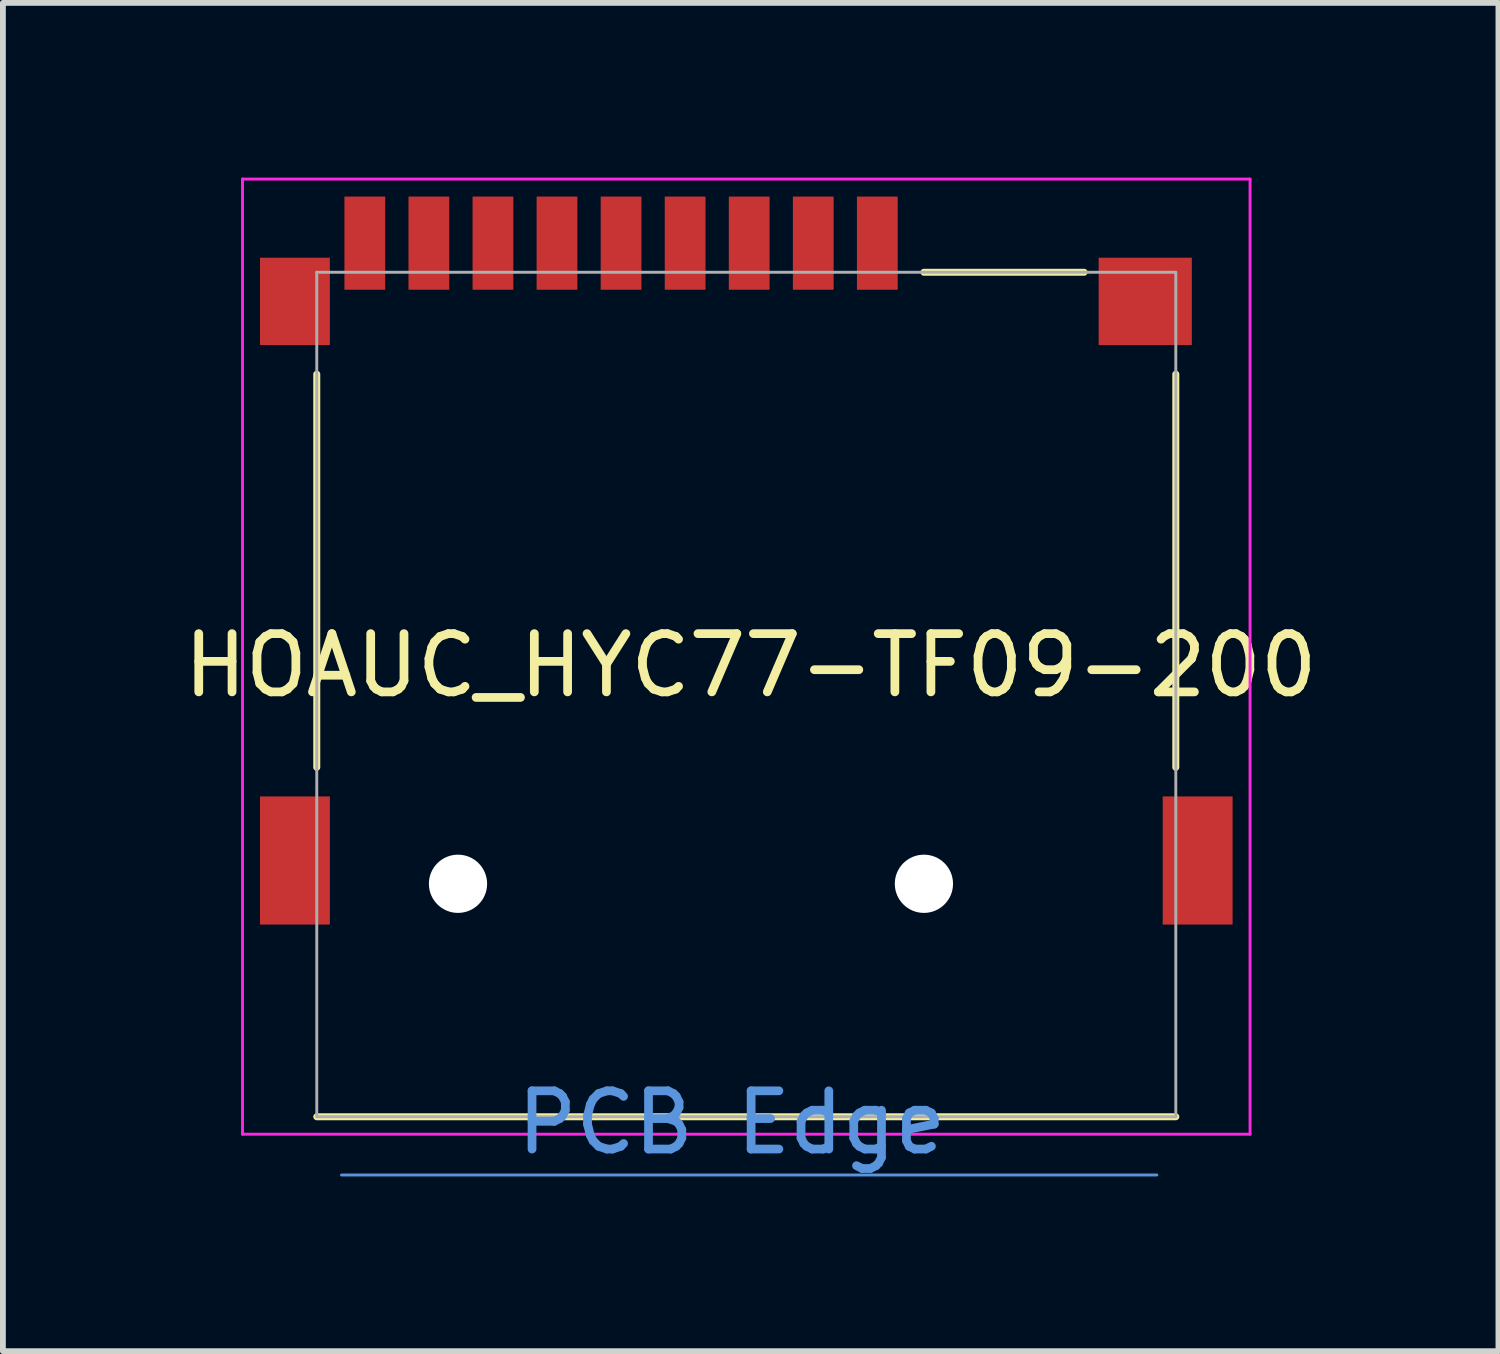
<source format=kicad_pcb>
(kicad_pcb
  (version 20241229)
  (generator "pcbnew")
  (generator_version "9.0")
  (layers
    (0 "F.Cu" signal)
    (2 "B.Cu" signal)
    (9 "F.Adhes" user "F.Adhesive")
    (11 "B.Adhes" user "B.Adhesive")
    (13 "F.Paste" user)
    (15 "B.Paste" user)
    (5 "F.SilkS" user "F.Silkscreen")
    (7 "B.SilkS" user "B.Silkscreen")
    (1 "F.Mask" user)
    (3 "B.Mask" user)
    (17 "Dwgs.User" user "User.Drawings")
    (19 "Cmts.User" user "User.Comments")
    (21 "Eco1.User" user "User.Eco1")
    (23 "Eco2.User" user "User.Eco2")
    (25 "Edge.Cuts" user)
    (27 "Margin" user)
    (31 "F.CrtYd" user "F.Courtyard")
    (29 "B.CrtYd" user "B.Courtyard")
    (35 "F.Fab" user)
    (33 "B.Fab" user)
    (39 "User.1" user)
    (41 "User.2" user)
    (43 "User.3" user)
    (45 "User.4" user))
  (footprint "HOAUC_HYC77-TF09-200"
    (layer "F.Cu")
    (at 4.814 12.125)
    (property "Reference" "HOAUC_HYC77-TF09-200" (at 5.025 -3.75 0) (layer "F.SilkS") (effects (font (size 1 1) (thickness 0.15))))
    (attr smd)
    (fp_line (start -2.425 -2) (end -2.425 -8.75) (stroke (width 0.12) (type solid)) (layer "F.SilkS"))
    (fp_line (start -2.425 4) (end 12.325 4) (stroke (width 0.12) (type solid)) (layer "F.SilkS"))
    (fp_line (start 10.75 -10.5) (end 8 -10.5) (stroke (width 0.12) (type solid)) (layer "F.SilkS"))
    (fp_line (start 12.325 -2) (end 12.325 -8.75) (stroke (width 0.12) (type solid)) (layer "F.SilkS"))
    (fp_line (start -2 5) (end 12 5) (stroke (width 0.05) (type solid)) (layer "Cmts.User"))
    (fp_line (start -3.7 -12.1) (end -3.7 4.3) (stroke (width 0.05) (type solid)) (layer "F.CrtYd"))
    (fp_line (start -3.7 -12.1) (end 13.6 -12.1) (stroke (width 0.05) (type solid)) (layer "F.CrtYd"))
    (fp_line (start -3.7 4.3) (end 13.6 4.3) (stroke (width 0.05) (type solid)) (layer "F.CrtYd"))
    (fp_line (start 13.6 -12.1) (end 13.6 4.3) (stroke (width 0.05) (type solid)) (layer "F.CrtYd"))
    (fp_line (start -2.425 -10.5) (end -2.425 4) (stroke (width 0.05) (type solid)) (layer "F.Fab"))
    (fp_line (start -2.425 4) (end 12.325 4) (stroke (width 0.05) (type solid)) (layer "F.Fab"))
    (fp_line (start 12.325 -10.5) (end -2.425 -10.5) (stroke (width 0.05) (type solid)) (layer "F.Fab"))
    (fp_line (start 12.325 4) (end 12.325 -10.5) (stroke (width 0.05) (type solid)) (layer "F.Fab"))
    (fp_text user "PCB Edge" (at 4.7 4.1 0) (layer "Cmts.User") (effects (font (size 1 1) (thickness 0.15))))
    (pad "" np_thru_hole circle (at 0 0) (size 1 1) (drill 1) (layers "*.Cu" "*.Mask"))
    (pad "" np_thru_hole circle (at 8 0) (size 1 1) (drill 1) (layers "*.Cu" "*.Mask"))
    (pad "1" smd rect (at 7.2 -11) (size 0.7 1.6) (layers "F.Cu" "F.Mask" "F.Paste"))
    (pad "2" smd rect (at 6.1 -11) (size 0.7 1.6) (layers "F.Cu" "F.Mask" "F.Paste"))
    (pad "3" smd rect (at 5 -11) (size 0.7 1.6) (layers "F.Cu" "F.Mask" "F.Paste"))
    (pad "4" smd rect (at 3.9 -11) (size 0.7 1.6) (layers "F.Cu" "F.Mask" "F.Paste"))
    (pad "5" smd rect (at 2.8 -11) (size 0.7 1.6) (layers "F.Cu" "F.Mask" "F.Paste"))
    (pad "6" smd rect (at 1.7 -11) (size 0.7 1.6) (layers "F.Cu" "F.Mask" "F.Paste"))
    (pad "7" smd rect (at 0.6 -11) (size 0.7 1.6) (layers "F.Cu" "F.Mask" "F.Paste"))
    (pad "8" smd rect (at -0.5 -11) (size 0.7 1.6) (layers "F.Cu" "F.Mask" "F.Paste"))
    (pad "9" smd rect (at -2.8 -10) (size 1.2 1.5) (layers "F.Cu" "F.Mask" "F.Paste"))
    (pad "10" smd rect (at -1.6 -11) (size 0.7 1.6) (layers "F.Cu" "F.Mask" "F.Paste"))
    (pad "11" smd rect (at -2.8 -0.4) (size 1.2 2.2) (layers "F.Cu" "F.Mask" "F.Paste"))
    (pad "11" smd rect (at 11.8 -10) (size 1.6 1.5) (layers "F.Cu" "F.Mask" "F.Paste"))
    (pad "11" smd rect (at 12.7 -0.4) (size 1.2 2.2) (layers "F.Cu" "F.Mask" "F.Paste")))
  (gr_rect
    (start -3 -3)
    (end 22.679 20.15)
    (stroke (width 0.1) (type default))
    (fill no)
    (layer "Edge.Cuts")))
</source>
